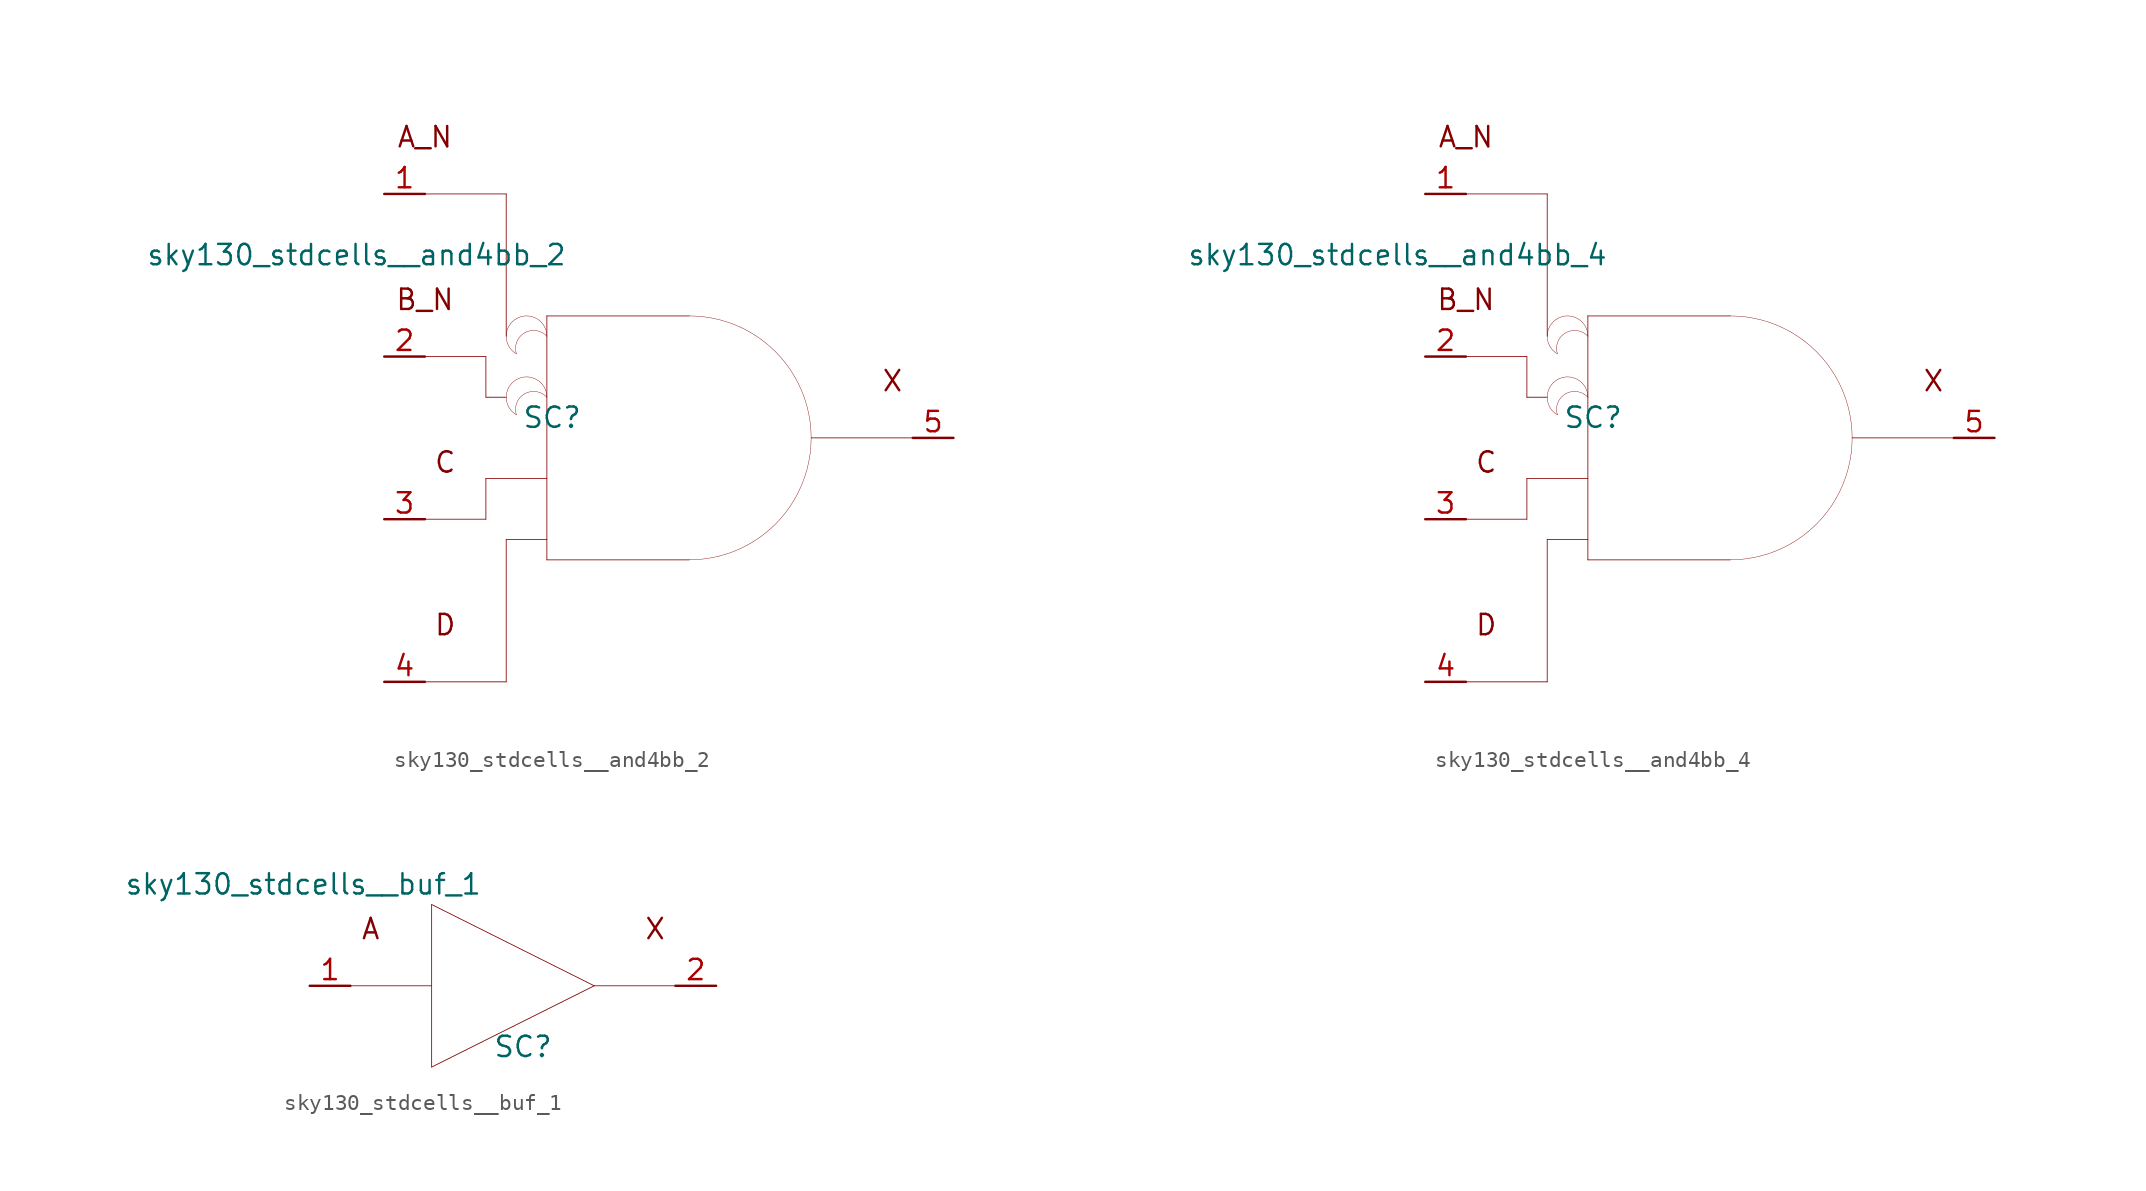
<source format=kicad_sym>
(kicad_symbol_lib
  (version 20211014)
  (generator kicad_symbol_editor)
  (symbol "sky130_stdcells__and4bb_2"
    (pin_names hide)
    (property "Reference" "SC"
      (at -7.29 1.27 0)
      (effects (font (size 1.27 1.27))))
    (property "Value" "sky130_stdcells__and4bb_2"
      (at -6.35 11.43 0)
      (effects (font (size 1.27 1.27)) (justify right)))
    (symbol "sky130_stdcells__and4bb_2_0_0"
      (arc (start -9.525 3.6399) (mid -10.16 2.54) (end -9.525 1.4401) (stroke (width 0.0254) (type default) (color 0 0 0 0)) (fill (type none)))
      (arc (start -9.525 7.4499) (mid -10.16 6.35) (end -9.525 5.2501) (stroke (width 0.0254) (type default) (color 0 0 0 0)) (fill (type none)))
      (arc (start -7.62 2.54) (mid -9.4769 3.0143) (end -9.525 1.4401) (stroke (width 0.0254) (type default) (color 0 0 0 0)) (fill (type none)))
      (arc (start -7.62 2.54) (mid -8.255 3.6398) (end -9.525 3.6399) (stroke (width 0.0254) (type default) (color 0 0 0 0)) (fill (type none)))
      (arc (start -7.62 6.35) (mid -9.4769 6.8243) (end -9.525 5.2501) (stroke (width 0.0254) (type default) (color 0 0 0 0)) (fill (type none)))
      (arc (start -7.62 6.35) (mid -8.255 7.4498) (end -9.525 7.4499) (stroke (width 0.0254) (type default) (color 0 0 0 0)) (fill (type none)))
      (polyline (pts (xy -15.24 -15.24) (xy -10.16 -15.24)) (stroke (width 0.051) (type default) (color 0 0 0 0)) (fill (type none)))
      (polyline (pts (xy -15.24 -5.08) (xy -11.43 -5.08)) (stroke (width 0.051) (type default) (color 0 0 0 0)) (fill (type none)))
      (polyline (pts (xy -15.24 5.08) (xy -11.43 5.08)) (stroke (width 0.051) (type default) (color 0 0 0 0)) (fill (type none)))
      (polyline (pts (xy -15.24 15.24) (xy -10.16 15.24)) (stroke (width 0.051) (type default) (color 0 0 0 0)) (fill (type none)))
      (polyline (pts (xy -11.43 -2.54) (xy -11.43 -5.08)) (stroke (width 0.051) (type default) (color 0 0 0 0)) (fill (type none)))
      (polyline (pts (xy -11.43 -2.54) (xy -7.62 -2.54)) (stroke (width 0.051) (type default) (color 0 0 0 0)) (fill (type none)))
      (polyline (pts (xy -11.43 2.54) (xy -10.16 2.54)) (stroke (width 0.051) (type default) (color 0 0 0 0)) (fill (type none)))
      (polyline (pts (xy -11.43 5.08) (xy -11.43 2.54)) (stroke (width 0.051) (type default) (color 0 0 0 0)) (fill (type none)))
      (polyline (pts (xy -10.16 -6.35) (xy -10.16 -15.24)) (stroke (width 0.051) (type default) (color 0 0 0 0)) (fill (type none)))
      (polyline (pts (xy -10.16 -6.35) (xy -7.62 -6.35)) (stroke (width 0.051) (type default) (color 0 0 0 0)) (fill (type none)))
      (polyline (pts (xy -10.16 15.24) (xy -10.16 6.35)) (stroke (width 0.051) (type default) (color 0 0 0 0)) (fill (type none)))
      (polyline (pts (xy -7.62 -7.62) (xy 1.27 -7.62)) (stroke (width 0.051) (type default) (color 0 0 0 0)) (fill (type none)))
      (polyline (pts (xy -7.62 7.62) (xy -7.62 -7.62)) (stroke (width 0.051) (type default) (color 0 0 0 0)) (fill (type none)))
      (polyline (pts (xy -7.62 7.62) (xy 1.27 7.62)) (stroke (width 0.051) (type default) (color 0 0 0 0)) (fill (type none)))
      (polyline (pts (xy 8.89 0) (xy 15.24 0)) (stroke (width 0.051) (type default) (color 0 0 0 0)) (fill (type none)))
      (arc (start 1.27 -7.62) (mid 3.2422 -7.3604) (end 5.08 -6.5991) (stroke (width 0.0254) (type default) (color 0 0 0 0)) (fill (type none)))
      (arc (start 5.08 -6.5991) (mid 6.6581 -5.3881) (end 7.8691 -3.81) (stroke (width 0.0254) (type default) (color 0 0 0 0)) (fill (type none)))
      (arc (start 5.08 6.5991) (mid 3.2422 7.3603) (end 1.27 7.62) (stroke (width 0.0254) (type default) (color 0 0 0 0)) (fill (type none)))
      (arc (start 7.8691 -3.81) (mid 8.6303 -1.9722) (end 8.89 0) (stroke (width 0.0254) (type default) (color 0 0 0 0)) (fill (type none)))
      (arc (start 7.8691 3.81) (mid 6.6581 5.3881) (end 5.08 6.5991) (stroke (width 0.0254) (type default) (color 0 0 0 0)) (fill (type none)))
      (arc (start 8.89 0) (mid 8.6304 1.9722) (end 7.8691 3.81) (stroke (width 0.0254) (type default) (color 0 0 0 0)) (fill (type none)))
      (text "A_N" (at -15.24 18.796 0) (effects (font (size 1.27 1.27))))
      (text "B_N" (at -15.24 8.636 0) (effects (font (size 1.27 1.27))))
      (text "C" (at -13.97 -1.524 0) (effects (font (size 1.27 1.27))))
      (text "D" (at -13.97 -11.684 0) (effects (font (size 1.27 1.27))))
      (text "X" (at 13.97 3.556 0) (effects (font (size 1.27 1.27)))))
    (symbol "sky130_stdcells__and4bb_2_1_1"
      (pin input line (at -17.78 15.24 0) (length 2.54) (name "A_N" (effects (font (size 1.092 1.092)))) (number "1" (effects (font (size 1.27 1.27)))))
      (pin input line (at -17.78 5.08 0) (length 2.54) (name "B_N" (effects (font (size 1.092 1.092)))) (number "2" (effects (font (size 1.27 1.27)))))
      (pin input line (at -17.78 -5.08 0) (length 2.54) (name "C" (effects (font (size 1.092 1.092)))) (number "3" (effects (font (size 1.27 1.27)))))
      (pin input line (at -17.78 -15.24 0) (length 2.54) (name "D" (effects (font (size 1.092 1.092)))) (number "4" (effects (font (size 1.27 1.27)))))
      (pin output line (at 17.78 0 180) (length 2.54) (name "X" (effects (font (size 1.092 1.092)))) (number "5" (effects (font (size 1.27 1.27)))))))
  (symbol "sky130_stdcells__and4bb_4"
    (pin_names hide)
    (property "Reference" "SC"
      (at -7.29 1.27 0)
      (effects (font (size 1.27 1.27))))
    (property "Value" "sky130_stdcells__and4bb_4"
      (at -6.35 11.43 0)
      (effects (font (size 1.27 1.27)) (justify right)))
    (symbol "sky130_stdcells__and4bb_4_0_0"
      (arc (start -9.525 3.6399) (mid -10.16 2.54) (end -9.525 1.4401) (stroke (width 0.0254) (type default) (color 0 0 0 0)) (fill (type none)))
      (arc (start -9.525 7.4499) (mid -10.16 6.35) (end -9.525 5.2501) (stroke (width 0.0254) (type default) (color 0 0 0 0)) (fill (type none)))
      (arc (start -7.62 2.54) (mid -9.4769 3.0143) (end -9.525 1.4401) (stroke (width 0.0254) (type default) (color 0 0 0 0)) (fill (type none)))
      (arc (start -7.62 2.54) (mid -8.255 3.6398) (end -9.525 3.6399) (stroke (width 0.0254) (type default) (color 0 0 0 0)) (fill (type none)))
      (arc (start -7.62 6.35) (mid -9.4769 6.8243) (end -9.525 5.2501) (stroke (width 0.0254) (type default) (color 0 0 0 0)) (fill (type none)))
      (arc (start -7.62 6.35) (mid -8.255 7.4498) (end -9.525 7.4499) (stroke (width 0.0254) (type default) (color 0 0 0 0)) (fill (type none)))
      (polyline (pts (xy -15.24 -15.24) (xy -10.16 -15.24)) (stroke (width 0.051) (type default) (color 0 0 0 0)) (fill (type none)))
      (polyline (pts (xy -15.24 -5.08) (xy -11.43 -5.08)) (stroke (width 0.051) (type default) (color 0 0 0 0)) (fill (type none)))
      (polyline (pts (xy -15.24 5.08) (xy -11.43 5.08)) (stroke (width 0.051) (type default) (color 0 0 0 0)) (fill (type none)))
      (polyline (pts (xy -15.24 15.24) (xy -10.16 15.24)) (stroke (width 0.051) (type default) (color 0 0 0 0)) (fill (type none)))
      (polyline (pts (xy -11.43 -2.54) (xy -11.43 -5.08)) (stroke (width 0.051) (type default) (color 0 0 0 0)) (fill (type none)))
      (polyline (pts (xy -11.43 -2.54) (xy -7.62 -2.54)) (stroke (width 0.051) (type default) (color 0 0 0 0)) (fill (type none)))
      (polyline (pts (xy -11.43 2.54) (xy -10.16 2.54)) (stroke (width 0.051) (type default) (color 0 0 0 0)) (fill (type none)))
      (polyline (pts (xy -11.43 5.08) (xy -11.43 2.54)) (stroke (width 0.051) (type default) (color 0 0 0 0)) (fill (type none)))
      (polyline (pts (xy -10.16 -6.35) (xy -10.16 -15.24)) (stroke (width 0.051) (type default) (color 0 0 0 0)) (fill (type none)))
      (polyline (pts (xy -10.16 -6.35) (xy -7.62 -6.35)) (stroke (width 0.051) (type default) (color 0 0 0 0)) (fill (type none)))
      (polyline (pts (xy -10.16 15.24) (xy -10.16 6.35)) (stroke (width 0.051) (type default) (color 0 0 0 0)) (fill (type none)))
      (polyline (pts (xy -7.62 -7.62) (xy 1.27 -7.62)) (stroke (width 0.051) (type default) (color 0 0 0 0)) (fill (type none)))
      (polyline (pts (xy -7.62 7.62) (xy -7.62 -7.62)) (stroke (width 0.051) (type default) (color 0 0 0 0)) (fill (type none)))
      (polyline (pts (xy -7.62 7.62) (xy 1.27 7.62)) (stroke (width 0.051) (type default) (color 0 0 0 0)) (fill (type none)))
      (polyline (pts (xy 8.89 0) (xy 15.24 0)) (stroke (width 0.051) (type default) (color 0 0 0 0)) (fill (type none)))
      (arc (start 1.27 -7.62) (mid 3.2422 -7.3604) (end 5.08 -6.5991) (stroke (width 0.0254) (type default) (color 0 0 0 0)) (fill (type none)))
      (arc (start 5.08 -6.5991) (mid 6.6581 -5.3881) (end 7.8691 -3.81) (stroke (width 0.0254) (type default) (color 0 0 0 0)) (fill (type none)))
      (arc (start 5.08 6.5991) (mid 3.2422 7.3603) (end 1.27 7.62) (stroke (width 0.0254) (type default) (color 0 0 0 0)) (fill (type none)))
      (arc (start 7.8691 -3.81) (mid 8.6303 -1.9722) (end 8.89 0) (stroke (width 0.0254) (type default) (color 0 0 0 0)) (fill (type none)))
      (arc (start 7.8691 3.81) (mid 6.6581 5.3881) (end 5.08 6.5991) (stroke (width 0.0254) (type default) (color 0 0 0 0)) (fill (type none)))
      (arc (start 8.89 0) (mid 8.6304 1.9722) (end 7.8691 3.81) (stroke (width 0.0254) (type default) (color 0 0 0 0)) (fill (type none)))
      (text "A_N" (at -15.24 18.796 0) (effects (font (size 1.27 1.27))))
      (text "B_N" (at -15.24 8.636 0) (effects (font (size 1.27 1.27))))
      (text "C" (at -13.97 -1.524 0) (effects (font (size 1.27 1.27))))
      (text "D" (at -13.97 -11.684 0) (effects (font (size 1.27 1.27))))
      (text "X" (at 13.97 3.556 0) (effects (font (size 1.27 1.27)))))
    (symbol "sky130_stdcells__and4bb_4_1_1"
      (pin input line (at -17.78 15.24 0) (length 2.54) (name "A_N" (effects (font (size 1.092 1.092)))) (number "1" (effects (font (size 1.27 1.27)))))
      (pin input line (at -17.78 5.08 0) (length 2.54) (name "B_N" (effects (font (size 1.092 1.092)))) (number "2" (effects (font (size 1.27 1.27)))))
      (pin input line (at -17.78 -5.08 0) (length 2.54) (name "C" (effects (font (size 1.092 1.092)))) (number "3" (effects (font (size 1.27 1.27)))))
      (pin input line (at -17.78 -15.24 0) (length 2.54) (name "D" (effects (font (size 1.092 1.092)))) (number "4" (effects (font (size 1.27 1.27)))))
      (pin output line (at 17.78 0 180) (length 2.54) (name "X" (effects (font (size 1.092 1.092)))) (number "5" (effects (font (size 1.27 1.27)))))))
  (symbol "sky130_stdcells__buf_1"
    (pin_names hide)
    (property "Reference" "SC"
      (at 0.635 -3.81 0)
      (effects (font (size 1.27 1.27))))
    (property "Value" "sky130_stdcells__buf_1"
      (at -1.905 6.35 0)
      (effects (font (size 1.27 1.27)) (justify right)))
    (symbol "sky130_stdcells__buf_1_0_0"
      (polyline (pts (xy -10.16 0) (xy -5.08 0)) (stroke (width 0.051) (type default) (color 0 0 0 0)) (fill (type none)))
      (polyline (pts (xy -5.08 -5.08) (xy 5.08 0)) (stroke (width 0.051) (type default) (color 0 0 0 0)) (fill (type none)))
      (polyline (pts (xy -5.08 5.08) (xy -5.08 -5.08)) (stroke (width 0.051) (type default) (color 0 0 0 0)) (fill (type none)))
      (polyline (pts (xy -5.08 5.08) (xy 5.08 0)) (stroke (width 0.051) (type default) (color 0 0 0 0)) (fill (type none)))
      (polyline (pts (xy 5.08 0) (xy 10.16 0)) (stroke (width 0.051) (type default) (color 0 0 0 0)) (fill (type none)))
      (text "A" (at -8.89 3.556 0) (effects (font (size 1.27 1.27))))
      (text "X" (at 8.89 3.556 0) (effects (font (size 1.27 1.27)))))
    (symbol "sky130_stdcells__buf_1_1_1"
      (pin input line (at -12.7 0 0) (length 2.54) (name "A" (effects (font (size 1.092 1.092)))) (number "1" (effects (font (size 1.27 1.27)))))
      (pin output line (at 12.7 0 180) (length 2.54) (name "X" (effects (font (size 1.092 1.092)))) (number "2" (effects (font (size 1.27 1.27))))))))
</source>
